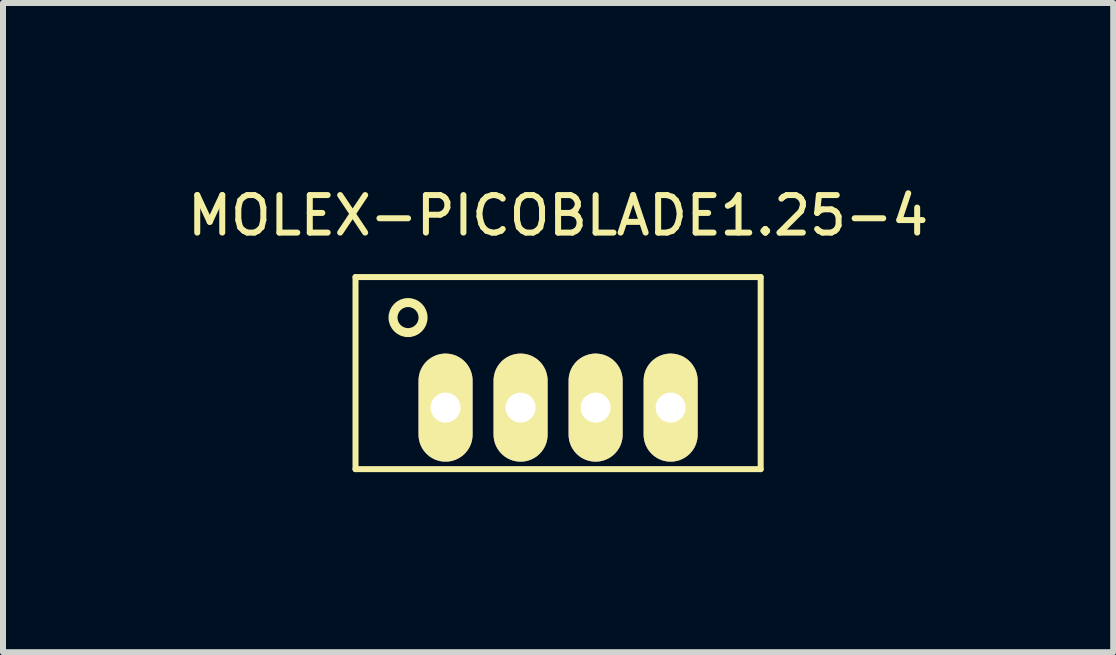
<source format=kicad_pcb>
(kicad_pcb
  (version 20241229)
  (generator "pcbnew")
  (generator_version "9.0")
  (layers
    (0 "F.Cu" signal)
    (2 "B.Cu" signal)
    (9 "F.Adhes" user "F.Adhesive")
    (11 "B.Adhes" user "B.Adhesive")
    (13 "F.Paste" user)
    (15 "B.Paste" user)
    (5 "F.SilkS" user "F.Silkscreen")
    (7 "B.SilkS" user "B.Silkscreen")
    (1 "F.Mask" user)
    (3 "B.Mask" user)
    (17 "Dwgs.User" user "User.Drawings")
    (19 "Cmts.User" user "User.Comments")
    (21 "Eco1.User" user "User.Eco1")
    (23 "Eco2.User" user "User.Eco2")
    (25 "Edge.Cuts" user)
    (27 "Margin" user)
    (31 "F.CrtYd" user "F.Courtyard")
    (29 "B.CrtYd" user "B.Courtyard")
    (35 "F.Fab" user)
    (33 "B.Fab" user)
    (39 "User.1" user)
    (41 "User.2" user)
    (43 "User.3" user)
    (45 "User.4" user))
  (footprint "MOLEX-PICOBLADE1.25-4"
    (layer "F.Cu")
    (at 6.248 3.741)
    (property "Reference" "MOLEX-PICOBLADE1.25-4" (at 0 -3.2 0) (layer "F.SilkS") (effects (font (size 0.625 0.625) (thickness 0.1))))
    (attr through_hole)
    (fp_line (start -3.375 -2.175) (end -3.375 1.025) (stroke (width 0.1) (type solid)) (layer "F.SilkS"))
    (fp_line (start -3.375 1.025) (end 3.375 1.025) (stroke (width 0.1) (type solid)) (layer "F.SilkS"))
    (fp_line (start 3.375 -2.175) (end -3.375 -2.175) (stroke (width 0.1) (type solid)) (layer "F.SilkS"))
    (fp_line (start 3.375 1.025) (end 3.375 -2.175) (stroke (width 0.1) (type solid)) (layer "F.SilkS"))
    (fp_circle (center -2.5 -1.5) (end -2.323 -1.323) (stroke (width 0.15) (type solid)) (fill no) (layer "F.SilkS"))
    (pad "1" thru_hole oval (at -1.875 0 90) (size 1.8 0.9) (drill 0.5) (layers "*.Cu" "*.Mask" "F.SilkS"))
    (pad "2" thru_hole oval (at -0.625 0 90) (size 1.8 0.9) (drill 0.5) (layers "*.Cu" "*.Mask" "F.SilkS"))
    (pad "3" thru_hole oval (at 0.625 0 90) (size 1.8 0.9) (drill 0.5) (layers "*.Cu" "*.Mask" "F.SilkS"))
    (pad "4" thru_hole oval (at 1.875 0 90) (size 1.8 0.9) (drill 0.5) (layers "*.Cu" "*.Mask" "F.SilkS")))
  (gr_rect
    (start -3 -3)
    (end 15.496 7.816)
    (stroke (width 0.1) (type default))
    (fill no)
    (layer "Edge.Cuts")))
</source>
